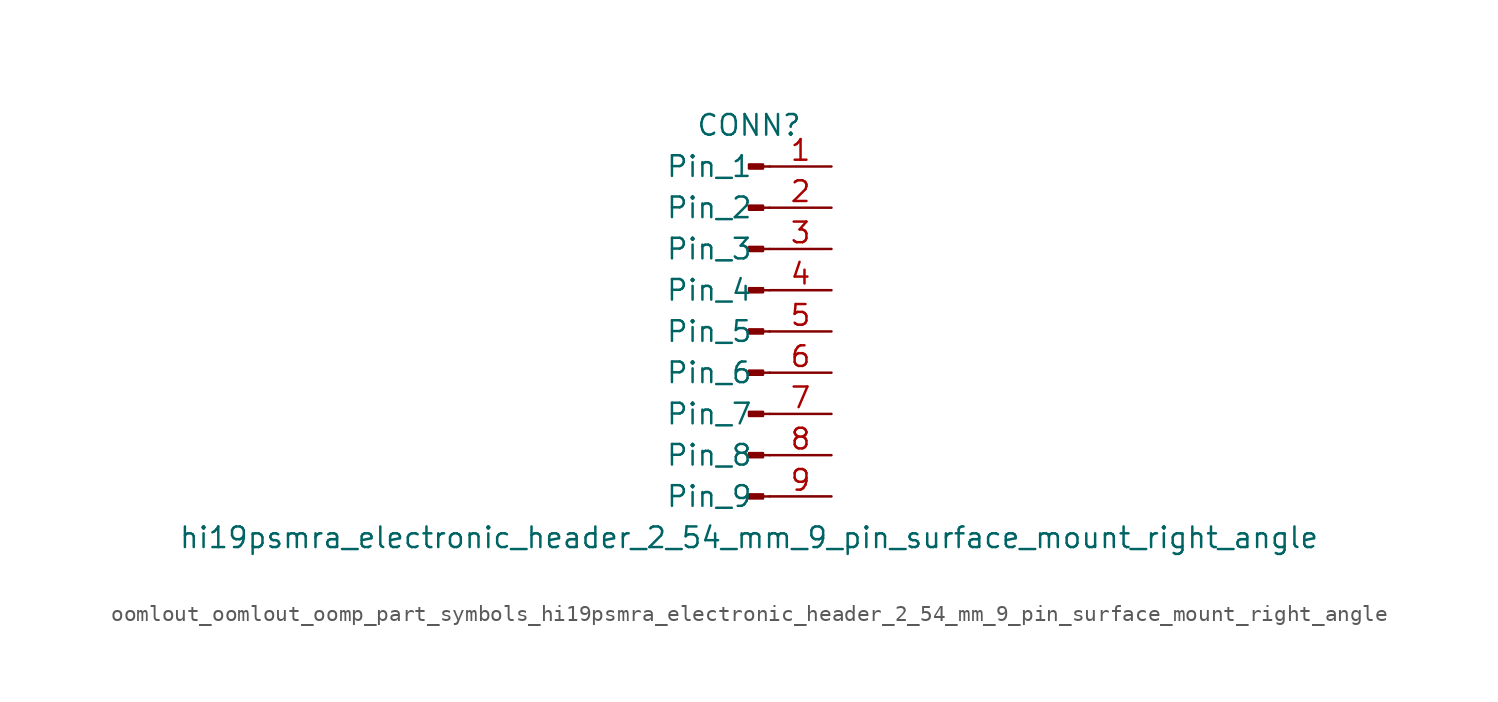
<source format=kicad_sym>
(kicad_symbol_lib
  (version 20220914)
  (generator kicad_symbol_editor)
  (symbol "oomlout_oomlout_oomp_part_symbols_hi19psmra_electronic_header_2_54_mm_9_pin_surface_mount_right_angle"
    (pin_names
      (offset 1.016))
    (property "Reference" "CONN"
      (at 0 12.7 0)
      (effects (font (size 1.27 1.27))))
    (property "Value" "hi19psmra_electronic_header_2_54_mm_9_pin_surface_mount_right_angle"
      (at 0 -12.7 0)
      (effects (font (size 1.27 1.27))))
    (property "ki_locked" ""
      (at 0 0 0)
      (effects (font (size 1.27 1.27))))
    (symbol "oomlout_oomlout_oomp_part_symbols_hi19psmra_electronic_header_2_54_mm_9_pin_surface_mount_right_angle_1_1"
      (polyline (pts (xy 1.27 -10.16) (xy 0.864 -10.16)) (stroke (width 0.152) (type default)) (fill (type none)))
      (polyline (pts (xy 1.27 -7.62) (xy 0.864 -7.62)) (stroke (width 0.152) (type default)) (fill (type none)))
      (polyline (pts (xy 1.27 -5.08) (xy 0.864 -5.08)) (stroke (width 0.152) (type default)) (fill (type none)))
      (polyline (pts (xy 1.27 -2.54) (xy 0.864 -2.54)) (stroke (width 0.152) (type default)) (fill (type none)))
      (polyline (pts (xy 1.27 0) (xy 0.864 0)) (stroke (width 0.152) (type default)) (fill (type none)))
      (polyline (pts (xy 1.27 2.54) (xy 0.864 2.54)) (stroke (width 0.152) (type default)) (fill (type none)))
      (polyline (pts (xy 1.27 5.08) (xy 0.864 5.08)) (stroke (width 0.152) (type default)) (fill (type none)))
      (polyline (pts (xy 1.27 7.62) (xy 0.864 7.62)) (stroke (width 0.152) (type default)) (fill (type none)))
      (polyline (pts (xy 1.27 10.16) (xy 0.864 10.16)) (stroke (width 0.152) (type default)) (fill (type none)))
      (rectangle (start 0.864 -10.033) (end 0 -10.287) (stroke (width 0.152) (type default)) (fill (type outline)))
      (rectangle (start 0.864 -7.493) (end 0 -7.747) (stroke (width 0.152) (type default)) (fill (type outline)))
      (rectangle (start 0.864 -4.953) (end 0 -5.207) (stroke (width 0.152) (type default)) (fill (type outline)))
      (rectangle (start 0.864 -2.413) (end 0 -2.667) (stroke (width 0.152) (type default)) (fill (type outline)))
      (rectangle (start 0.864 0.127) (end 0 -0.127) (stroke (width 0.152) (type default)) (fill (type outline)))
      (rectangle (start 0.864 2.667) (end 0 2.413) (stroke (width 0.152) (type default)) (fill (type outline)))
      (rectangle (start 0.864 5.207) (end 0 4.953) (stroke (width 0.152) (type default)) (fill (type outline)))
      (rectangle (start 0.864 7.747) (end 0 7.493) (stroke (width 0.152) (type default)) (fill (type outline)))
      (rectangle (start 0.864 10.287) (end 0 10.033) (stroke (width 0.152) (type default)) (fill (type outline)))
      (pin passive line (at 5.08 10.16 180) (length 3.81) (name "Pin_1" (effects (font (size 1.27 1.27)))) (number "1" (effects (font (size 1.27 1.27)))))
      (pin passive line (at 5.08 7.62 180) (length 3.81) (name "Pin_2" (effects (font (size 1.27 1.27)))) (number "2" (effects (font (size 1.27 1.27)))))
      (pin passive line (at 5.08 5.08 180) (length 3.81) (name "Pin_3" (effects (font (size 1.27 1.27)))) (number "3" (effects (font (size 1.27 1.27)))))
      (pin passive line (at 5.08 2.54 180) (length 3.81) (name "Pin_4" (effects (font (size 1.27 1.27)))) (number "4" (effects (font (size 1.27 1.27)))))
      (pin passive line (at 5.08 0 180) (length 3.81) (name "Pin_5" (effects (font (size 1.27 1.27)))) (number "5" (effects (font (size 1.27 1.27)))))
      (pin passive line (at 5.08 -2.54 180) (length 3.81) (name "Pin_6" (effects (font (size 1.27 1.27)))) (number "6" (effects (font (size 1.27 1.27)))))
      (pin passive line (at 5.08 -5.08 180) (length 3.81) (name "Pin_7" (effects (font (size 1.27 1.27)))) (number "7" (effects (font (size 1.27 1.27)))))
      (pin passive line (at 5.08 -7.62 180) (length 3.81) (name "Pin_8" (effects (font (size 1.27 1.27)))) (number "8" (effects (font (size 1.27 1.27)))))
      (pin passive line (at 5.08 -10.16 180) (length 3.81) (name "Pin_9" (effects (font (size 1.27 1.27)))) (number "9" (effects (font (size 1.27 1.27))))))))
</source>
